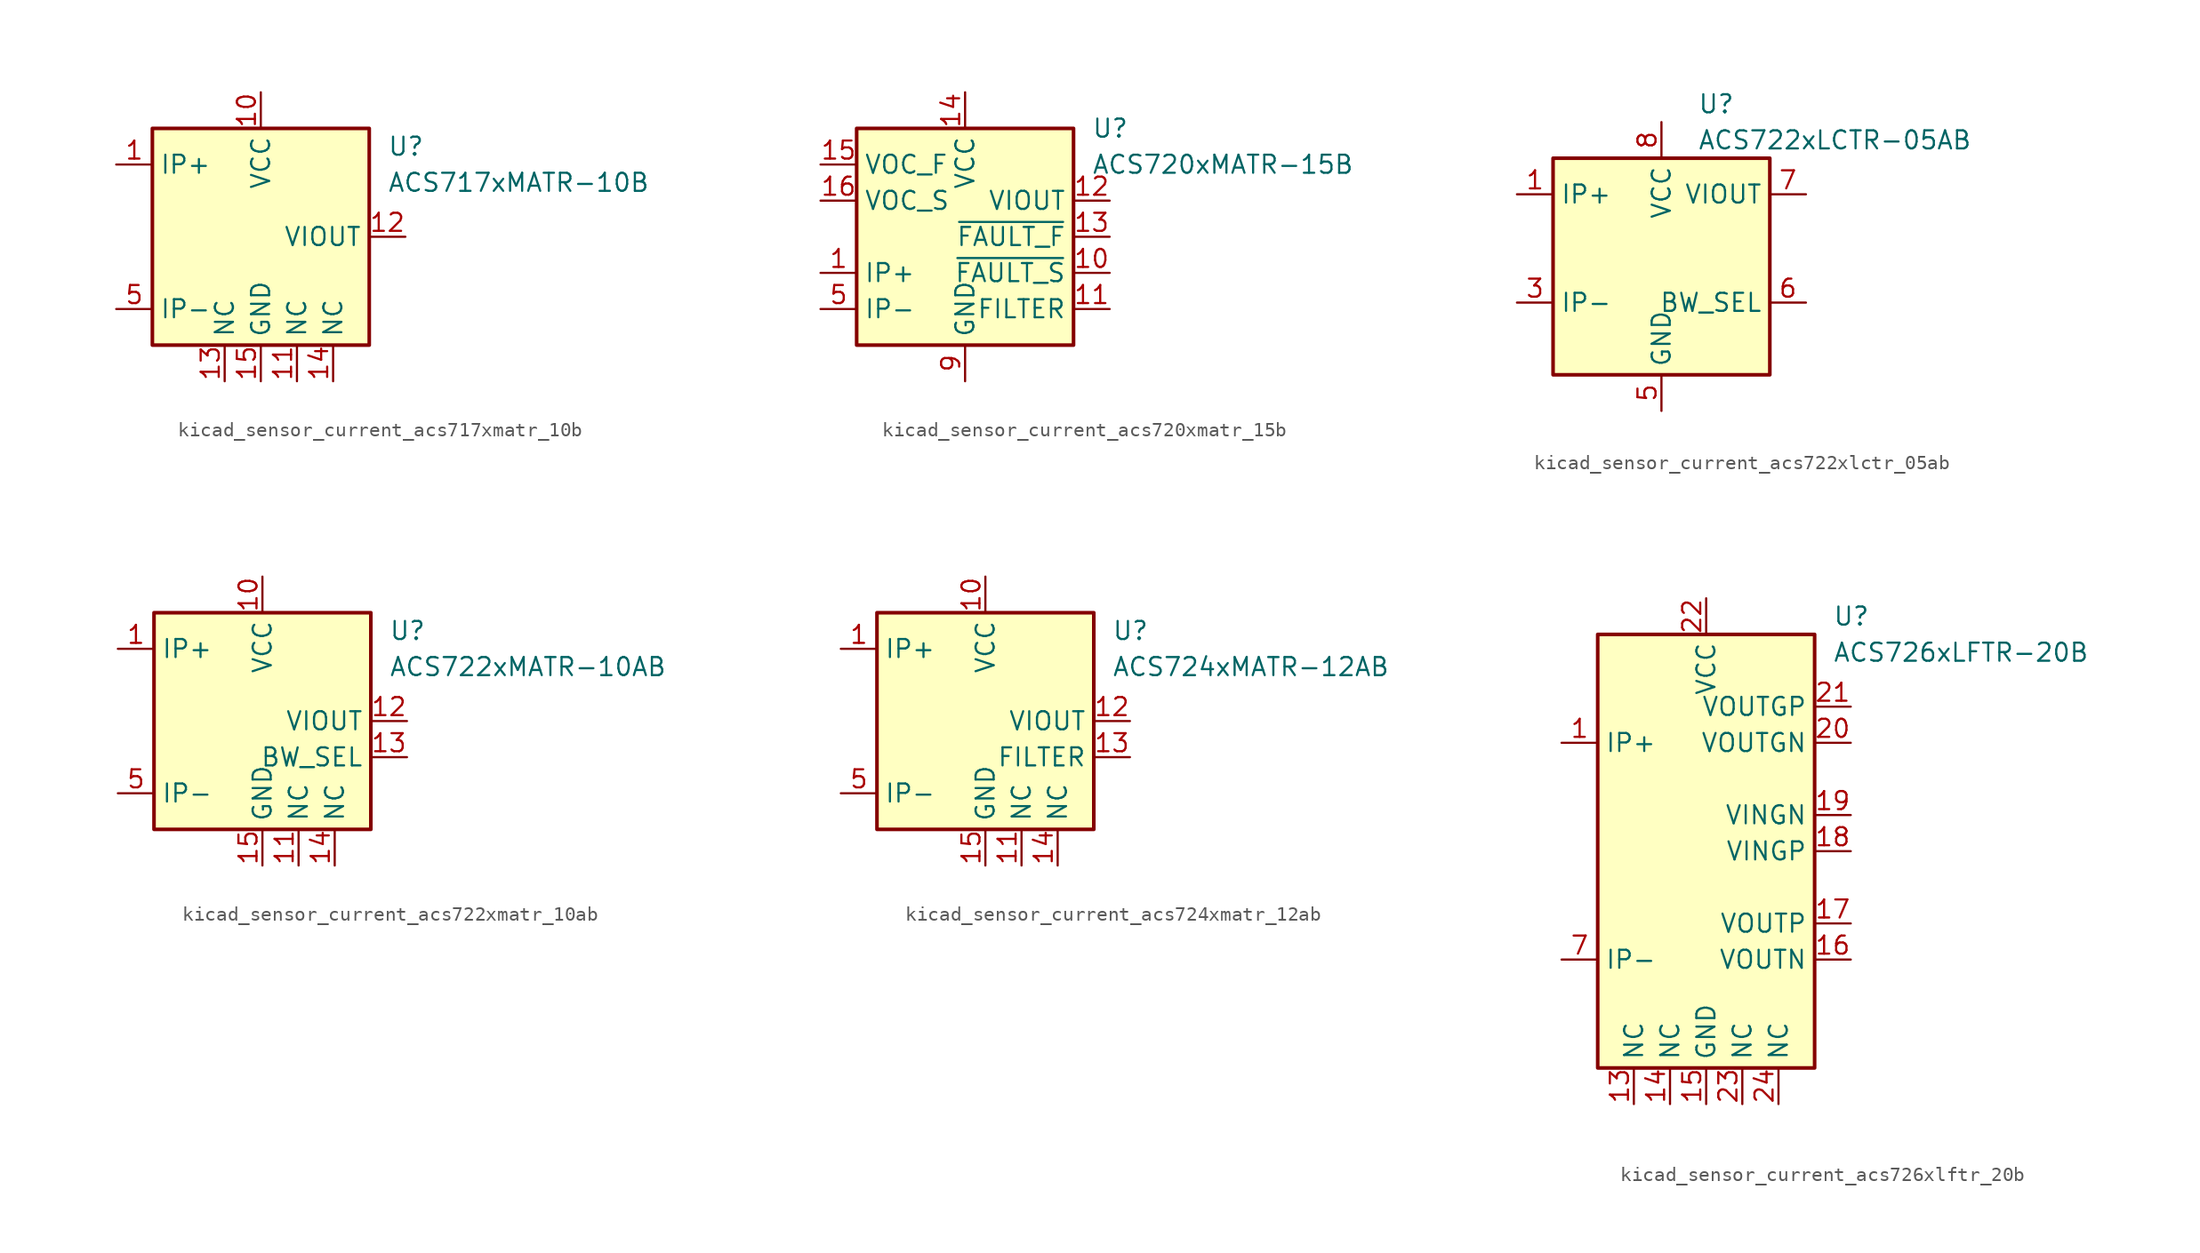
<source format=kicad_sym>
(kicad_symbol_lib
  (version 20220914)
  (generator kicad_symbol_editor)
  (symbol "kicad_sensor_current_acs717xmatr_10b"
    (property "Reference" "U"
      (at 8.89 6.35 0)
      (effects (font (size 1.27 1.27)) (justify left)))
    (property "Value" "ACS717xMATR-10B"
      (at 8.89 3.81 0)
      (effects (font (size 1.27 1.27)) (justify left)))
    (symbol "kicad_sensor_current_acs717xmatr_10b_0_1"
      (rectangle (start -7.62 7.62) (end 7.62 -7.62) (stroke (width 0.254) (type default)) (fill (type background))))
    (symbol "kicad_sensor_current_acs717xmatr_10b_1_1"
      (pin passive line (at -10.16 5.08 0) (length 2.54) (name "IP+" (effects (font (size 1.27 1.27)))) (number "1" (effects (font (size 1.27 1.27)))))
      (pin power_in line (at 0 10.16 270) (length 2.54) (name "VCC" (effects (font (size 1.27 1.27)))) (number "10" (effects (font (size 1.27 1.27)))))
      (pin passive line (at 2.54 -10.16 90) (length 2.54) (name "NC" (effects (font (size 1.27 1.27)))) (number "11" (effects (font (size 1.27 1.27)))))
      (pin output line (at 10.16 0 180) (length 2.54) (name "VIOUT" (effects (font (size 1.27 1.27)))) (number "12" (effects (font (size 1.27 1.27)))))
      (pin passive line (at -2.54 -10.16 90) (length 2.54) (name "NC" (effects (font (size 1.27 1.27)))) (number "13" (effects (font (size 1.27 1.27)))))
      (pin passive line (at 5.08 -10.16 90) (length 2.54) (name "NC" (effects (font (size 1.27 1.27)))) (number "14" (effects (font (size 1.27 1.27)))))
      (pin power_in line (at 0 -10.16 90) (length 2.54) (name "GND" (effects (font (size 1.27 1.27)))) (number "15" (effects (font (size 1.27 1.27)))))
      (pin no_connect line (at 7.62 2.54 180) (length 2.54) hide (name "NC" (effects (font (size 1.27 1.27)))) (number "16" (effects (font (size 1.27 1.27)))))
      (pin passive line (at -10.16 5.08 0) (length 2.54) hide (name "IP+" (effects (font (size 1.27 1.27)))) (number "2" (effects (font (size 1.27 1.27)))))
      (pin passive line (at -10.16 5.08 0) (length 2.54) hide (name "IP+" (effects (font (size 1.27 1.27)))) (number "3" (effects (font (size 1.27 1.27)))))
      (pin passive line (at -10.16 5.08 0) (length 2.54) hide (name "IP+" (effects (font (size 1.27 1.27)))) (number "4" (effects (font (size 1.27 1.27)))))
      (pin passive line (at -10.16 -5.08 0) (length 2.54) (name "IP-" (effects (font (size 1.27 1.27)))) (number "5" (effects (font (size 1.27 1.27)))))
      (pin passive line (at -10.16 -5.08 0) (length 2.54) hide (name "IP-" (effects (font (size 1.27 1.27)))) (number "6" (effects (font (size 1.27 1.27)))))
      (pin passive line (at -10.16 -5.08 0) (length 2.54) hide (name "IP-" (effects (font (size 1.27 1.27)))) (number "7" (effects (font (size 1.27 1.27)))))
      (pin passive line (at -10.16 -5.08 0) (length 2.54) hide (name "IP-" (effects (font (size 1.27 1.27)))) (number "8" (effects (font (size 1.27 1.27)))))
      (pin no_connect line (at 7.62 5.08 180) (length 2.54) hide (name "NC" (effects (font (size 1.27 1.27)))) (number "9" (effects (font (size 1.27 1.27)))))))
  (symbol "kicad_sensor_current_acs720xmatr_15b"
    (property "Reference" "U"
      (at 8.89 7.62 0)
      (effects (font (size 1.27 1.27)) (justify left)))
    (property "Value" "ACS720xMATR-15B"
      (at 8.89 5.08 0)
      (effects (font (size 1.27 1.27)) (justify left)))
    (symbol "kicad_sensor_current_acs720xmatr_15b_0_1"
      (rectangle (start -7.62 7.62) (end 7.62 -7.62) (stroke (width 0.254) (type default)) (fill (type background))))
    (symbol "kicad_sensor_current_acs720xmatr_15b_1_1"
      (pin passive line (at -10.16 -2.54 0) (length 2.54) (name "IP+" (effects (font (size 1.27 1.27)))) (number "1" (effects (font (size 1.27 1.27)))))
      (pin open_collector line (at 10.16 -2.54 180) (length 2.54) (name "~{FAULT_S}" (effects (font (size 1.27 1.27)))) (number "10" (effects (font (size 1.27 1.27)))))
      (pin passive line (at 10.16 -5.08 180) (length 2.54) (name "FILTER" (effects (font (size 1.27 1.27)))) (number "11" (effects (font (size 1.27 1.27)))))
      (pin output line (at 10.16 2.54 180) (length 2.54) (name "VIOUT" (effects (font (size 1.27 1.27)))) (number "12" (effects (font (size 1.27 1.27)))))
      (pin open_collector line (at 10.16 0 180) (length 2.54) (name "~{FAULT_F}" (effects (font (size 1.27 1.27)))) (number "13" (effects (font (size 1.27 1.27)))))
      (pin power_in line (at 0 10.16 270) (length 2.54) (name "VCC" (effects (font (size 1.27 1.27)))) (number "14" (effects (font (size 1.27 1.27)))))
      (pin input line (at -10.16 5.08 0) (length 2.54) (name "VOC_F" (effects (font (size 1.27 1.27)))) (number "15" (effects (font (size 1.27 1.27)))))
      (pin input line (at -10.16 2.54 0) (length 2.54) (name "VOC_S" (effects (font (size 1.27 1.27)))) (number "16" (effects (font (size 1.27 1.27)))))
      (pin passive line (at -10.16 -2.54 0) (length 2.54) hide (name "IP+" (effects (font (size 1.27 1.27)))) (number "2" (effects (font (size 1.27 1.27)))))
      (pin passive line (at -10.16 -2.54 0) (length 2.54) hide (name "IP+" (effects (font (size 1.27 1.27)))) (number "3" (effects (font (size 1.27 1.27)))))
      (pin passive line (at -10.16 -2.54 0) (length 2.54) hide (name "IP+" (effects (font (size 1.27 1.27)))) (number "4" (effects (font (size 1.27 1.27)))))
      (pin passive line (at -10.16 -5.08 0) (length 2.54) (name "IP-" (effects (font (size 1.27 1.27)))) (number "5" (effects (font (size 1.27 1.27)))))
      (pin passive line (at -10.16 -5.08 0) (length 2.54) hide (name "IP-" (effects (font (size 1.27 1.27)))) (number "6" (effects (font (size 1.27 1.27)))))
      (pin passive line (at -10.16 -5.08 0) (length 2.54) hide (name "IP-" (effects (font (size 1.27 1.27)))) (number "7" (effects (font (size 1.27 1.27)))))
      (pin passive line (at -10.16 -5.08 0) (length 2.54) hide (name "IP-" (effects (font (size 1.27 1.27)))) (number "8" (effects (font (size 1.27 1.27)))))
      (pin power_in line (at 0 -10.16 90) (length 2.54) (name "GND" (effects (font (size 1.27 1.27)))) (number "9" (effects (font (size 1.27 1.27)))))))
  (symbol "kicad_sensor_current_acs722xlctr_05ab"
    (property "Reference" "U"
      (at 2.54 11.43 0)
      (effects (font (size 1.27 1.27)) (justify left)))
    (property "Value" "ACS722xLCTR-05AB"
      (at 2.54 8.89 0)
      (effects (font (size 1.27 1.27)) (justify left)))
    (symbol "kicad_sensor_current_acs722xlctr_05ab_0_1"
      (rectangle (start -7.62 7.62) (end 7.62 -7.62) (stroke (width 0.254) (type default)) (fill (type background))))
    (symbol "kicad_sensor_current_acs722xlctr_05ab_1_1"
      (pin passive line (at -10.16 5.08 0) (length 2.54) (name "IP+" (effects (font (size 1.27 1.27)))) (number "1" (effects (font (size 1.27 1.27)))))
      (pin passive line (at -10.16 5.08 0) (length 2.54) hide (name "IP+" (effects (font (size 1.27 1.27)))) (number "2" (effects (font (size 1.27 1.27)))))
      (pin passive line (at -10.16 -2.54 0) (length 2.54) (name "IP-" (effects (font (size 1.27 1.27)))) (number "3" (effects (font (size 1.27 1.27)))))
      (pin passive line (at -10.16 -2.54 0) (length 2.54) hide (name "IP-" (effects (font (size 1.27 1.27)))) (number "4" (effects (font (size 1.27 1.27)))))
      (pin power_in line (at 0 -10.16 90) (length 2.54) (name "GND" (effects (font (size 1.27 1.27)))) (number "5" (effects (font (size 1.27 1.27)))))
      (pin input line (at 10.16 -2.54 180) (length 2.54) (name "BW_SEL" (effects (font (size 1.27 1.27)))) (number "6" (effects (font (size 1.27 1.27)))))
      (pin output line (at 10.16 5.08 180) (length 2.54) (name "VIOUT" (effects (font (size 1.27 1.27)))) (number "7" (effects (font (size 1.27 1.27)))))
      (pin power_in line (at 0 10.16 270) (length 2.54) (name "VCC" (effects (font (size 1.27 1.27)))) (number "8" (effects (font (size 1.27 1.27)))))))
  (symbol "kicad_sensor_current_acs722xmatr_10ab"
    (property "Reference" "U"
      (at 8.89 6.35 0)
      (effects (font (size 1.27 1.27)) (justify left)))
    (property "Value" "ACS722xMATR-10AB"
      (at 8.89 3.81 0)
      (effects (font (size 1.27 1.27)) (justify left)))
    (symbol "kicad_sensor_current_acs722xmatr_10ab_0_1"
      (rectangle (start -7.62 7.62) (end 7.62 -7.62) (stroke (width 0.254) (type default)) (fill (type background))))
    (symbol "kicad_sensor_current_acs722xmatr_10ab_1_1"
      (pin passive line (at -10.16 5.08 0) (length 2.54) (name "IP+" (effects (font (size 1.27 1.27)))) (number "1" (effects (font (size 1.27 1.27)))))
      (pin power_in line (at 0 10.16 270) (length 2.54) (name "VCC" (effects (font (size 1.27 1.27)))) (number "10" (effects (font (size 1.27 1.27)))))
      (pin passive line (at 2.54 -10.16 90) (length 2.54) (name "NC" (effects (font (size 1.27 1.27)))) (number "11" (effects (font (size 1.27 1.27)))))
      (pin output line (at 10.16 0 180) (length 2.54) (name "VIOUT" (effects (font (size 1.27 1.27)))) (number "12" (effects (font (size 1.27 1.27)))))
      (pin input line (at 10.16 -2.54 180) (length 2.54) (name "BW_SEL" (effects (font (size 1.27 1.27)))) (number "13" (effects (font (size 1.27 1.27)))))
      (pin passive line (at 5.08 -10.16 90) (length 2.54) (name "NC" (effects (font (size 1.27 1.27)))) (number "14" (effects (font (size 1.27 1.27)))))
      (pin power_in line (at 0 -10.16 90) (length 2.54) (name "GND" (effects (font (size 1.27 1.27)))) (number "15" (effects (font (size 1.27 1.27)))))
      (pin no_connect line (at 7.62 2.54 180) (length 2.54) hide (name "NC" (effects (font (size 1.27 1.27)))) (number "16" (effects (font (size 1.27 1.27)))))
      (pin passive line (at -10.16 5.08 0) (length 2.54) hide (name "IP+" (effects (font (size 1.27 1.27)))) (number "2" (effects (font (size 1.27 1.27)))))
      (pin passive line (at -10.16 5.08 0) (length 2.54) hide (name "IP+" (effects (font (size 1.27 1.27)))) (number "3" (effects (font (size 1.27 1.27)))))
      (pin passive line (at -10.16 5.08 0) (length 2.54) hide (name "IP+" (effects (font (size 1.27 1.27)))) (number "4" (effects (font (size 1.27 1.27)))))
      (pin passive line (at -10.16 -5.08 0) (length 2.54) (name "IP-" (effects (font (size 1.27 1.27)))) (number "5" (effects (font (size 1.27 1.27)))))
      (pin passive line (at -10.16 -5.08 0) (length 2.54) hide (name "IP-" (effects (font (size 1.27 1.27)))) (number "6" (effects (font (size 1.27 1.27)))))
      (pin passive line (at -10.16 -5.08 0) (length 2.54) hide (name "IP-" (effects (font (size 1.27 1.27)))) (number "7" (effects (font (size 1.27 1.27)))))
      (pin passive line (at -10.16 -5.08 0) (length 2.54) hide (name "IP-" (effects (font (size 1.27 1.27)))) (number "8" (effects (font (size 1.27 1.27)))))
      (pin no_connect line (at 7.62 5.08 180) (length 2.54) hide (name "NC" (effects (font (size 1.27 1.27)))) (number "9" (effects (font (size 1.27 1.27)))))))
  (symbol "kicad_sensor_current_acs724xmatr_12ab"
    (property "Reference" "U"
      (at 8.89 6.35 0)
      (effects (font (size 1.27 1.27)) (justify left)))
    (property "Value" "ACS724xMATR-12AB"
      (at 8.89 3.81 0)
      (effects (font (size 1.27 1.27)) (justify left)))
    (symbol "kicad_sensor_current_acs724xmatr_12ab_0_1"
      (rectangle (start -7.62 7.62) (end 7.62 -7.62) (stroke (width 0.254) (type default)) (fill (type background))))
    (symbol "kicad_sensor_current_acs724xmatr_12ab_1_1"
      (pin passive line (at -10.16 5.08 0) (length 2.54) (name "IP+" (effects (font (size 1.27 1.27)))) (number "1" (effects (font (size 1.27 1.27)))))
      (pin power_in line (at 0 10.16 270) (length 2.54) (name "VCC" (effects (font (size 1.27 1.27)))) (number "10" (effects (font (size 1.27 1.27)))))
      (pin passive line (at 2.54 -10.16 90) (length 2.54) (name "NC" (effects (font (size 1.27 1.27)))) (number "11" (effects (font (size 1.27 1.27)))))
      (pin output line (at 10.16 0 180) (length 2.54) (name "VIOUT" (effects (font (size 1.27 1.27)))) (number "12" (effects (font (size 1.27 1.27)))))
      (pin passive line (at 10.16 -2.54 180) (length 2.54) (name "FILTER" (effects (font (size 1.27 1.27)))) (number "13" (effects (font (size 1.27 1.27)))))
      (pin passive line (at 5.08 -10.16 90) (length 2.54) (name "NC" (effects (font (size 1.27 1.27)))) (number "14" (effects (font (size 1.27 1.27)))))
      (pin power_in line (at 0 -10.16 90) (length 2.54) (name "GND" (effects (font (size 1.27 1.27)))) (number "15" (effects (font (size 1.27 1.27)))))
      (pin no_connect line (at 7.62 2.54 180) (length 2.54) hide (name "NC" (effects (font (size 1.27 1.27)))) (number "16" (effects (font (size 1.27 1.27)))))
      (pin passive line (at -10.16 5.08 0) (length 2.54) hide (name "IP+" (effects (font (size 1.27 1.27)))) (number "2" (effects (font (size 1.27 1.27)))))
      (pin passive line (at -10.16 5.08 0) (length 2.54) hide (name "IP+" (effects (font (size 1.27 1.27)))) (number "3" (effects (font (size 1.27 1.27)))))
      (pin passive line (at -10.16 5.08 0) (length 2.54) hide (name "IP+" (effects (font (size 1.27 1.27)))) (number "4" (effects (font (size 1.27 1.27)))))
      (pin passive line (at -10.16 -5.08 0) (length 2.54) (name "IP-" (effects (font (size 1.27 1.27)))) (number "5" (effects (font (size 1.27 1.27)))))
      (pin passive line (at -10.16 -5.08 0) (length 2.54) hide (name "IP-" (effects (font (size 1.27 1.27)))) (number "6" (effects (font (size 1.27 1.27)))))
      (pin passive line (at -10.16 -5.08 0) (length 2.54) hide (name "IP-" (effects (font (size 1.27 1.27)))) (number "7" (effects (font (size 1.27 1.27)))))
      (pin passive line (at -10.16 -5.08 0) (length 2.54) hide (name "IP-" (effects (font (size 1.27 1.27)))) (number "8" (effects (font (size 1.27 1.27)))))
      (pin no_connect line (at 7.62 5.08 180) (length 2.54) hide (name "NC" (effects (font (size 1.27 1.27)))) (number "9" (effects (font (size 1.27 1.27)))))))
  (symbol "kicad_sensor_current_acs726xlftr_20b"
    (property "Reference" "U"
      (at 8.89 16.51 0)
      (effects (font (size 1.27 1.27)) (justify left)))
    (property "Value" "ACS726xLFTR-20B"
      (at 8.89 13.97 0)
      (effects (font (size 1.27 1.27)) (justify left)))
    (symbol "kicad_sensor_current_acs726xlftr_20b_0_1"
      (rectangle (start -7.62 15.24) (end 7.62 -15.24) (stroke (width 0.254) (type default)) (fill (type background))))
    (symbol "kicad_sensor_current_acs726xlftr_20b_1_1"
      (pin passive line (at -10.16 7.62 0) (length 2.54) (name "IP+" (effects (font (size 1.27 1.27)))) (number "1" (effects (font (size 1.27 1.27)))))
      (pin passive line (at -10.16 -7.62 0) (length 2.54) hide (name "IP-" (effects (font (size 1.27 1.27)))) (number "10" (effects (font (size 1.27 1.27)))))
      (pin passive line (at -10.16 -7.62 0) (length 2.54) hide (name "IP-" (effects (font (size 1.27 1.27)))) (number "11" (effects (font (size 1.27 1.27)))))
      (pin passive line (at -10.16 -7.62 0) (length 2.54) hide (name "IP-" (effects (font (size 1.27 1.27)))) (number "12" (effects (font (size 1.27 1.27)))))
      (pin passive line (at -5.08 -17.78 90) (length 2.54) (name "NC" (effects (font (size 1.27 1.27)))) (number "13" (effects (font (size 1.27 1.27)))))
      (pin passive line (at -2.54 -17.78 90) (length 2.54) (name "NC" (effects (font (size 1.27 1.27)))) (number "14" (effects (font (size 1.27 1.27)))))
      (pin power_in line (at 0 -17.78 90) (length 2.54) (name "GND" (effects (font (size 1.27 1.27)))) (number "15" (effects (font (size 1.27 1.27)))))
      (pin output line (at 10.16 -7.62 180) (length 2.54) (name "VOUTN" (effects (font (size 1.27 1.27)))) (number "16" (effects (font (size 1.27 1.27)))))
      (pin output line (at 10.16 -5.08 180) (length 2.54) (name "VOUTP" (effects (font (size 1.27 1.27)))) (number "17" (effects (font (size 1.27 1.27)))))
      (pin input line (at 10.16 0 180) (length 2.54) (name "VINGP" (effects (font (size 1.27 1.27)))) (number "18" (effects (font (size 1.27 1.27)))))
      (pin input line (at 10.16 2.54 180) (length 2.54) (name "VINGN" (effects (font (size 1.27 1.27)))) (number "19" (effects (font (size 1.27 1.27)))))
      (pin passive line (at -10.16 7.62 0) (length 2.54) hide (name "IP+" (effects (font (size 1.27 1.27)))) (number "2" (effects (font (size 1.27 1.27)))))
      (pin output line (at 10.16 7.62 180) (length 2.54) (name "VOUTGN" (effects (font (size 1.27 1.27)))) (number "20" (effects (font (size 1.27 1.27)))))
      (pin output line (at 10.16 10.16 180) (length 2.54) (name "VOUTGP" (effects (font (size 1.27 1.27)))) (number "21" (effects (font (size 1.27 1.27)))))
      (pin power_in line (at 0 17.78 270) (length 2.54) (name "VCC" (effects (font (size 1.27 1.27)))) (number "22" (effects (font (size 1.27 1.27)))))
      (pin passive line (at 2.54 -17.78 90) (length 2.54) (name "NC" (effects (font (size 1.27 1.27)))) (number "23" (effects (font (size 1.27 1.27)))))
      (pin passive line (at 5.08 -17.78 90) (length 2.54) (name "NC" (effects (font (size 1.27 1.27)))) (number "24" (effects (font (size 1.27 1.27)))))
      (pin passive line (at -10.16 7.62 0) (length 2.54) hide (name "IP+" (effects (font (size 1.27 1.27)))) (number "3" (effects (font (size 1.27 1.27)))))
      (pin passive line (at -10.16 7.62 0) (length 2.54) hide (name "IP+" (effects (font (size 1.27 1.27)))) (number "4" (effects (font (size 1.27 1.27)))))
      (pin passive line (at -10.16 7.62 0) (length 2.54) hide (name "IP+" (effects (font (size 1.27 1.27)))) (number "5" (effects (font (size 1.27 1.27)))))
      (pin passive line (at -10.16 7.62 0) (length 2.54) hide (name "IP+" (effects (font (size 1.27 1.27)))) (number "6" (effects (font (size 1.27 1.27)))))
      (pin passive line (at -10.16 -7.62 0) (length 2.54) (name "IP-" (effects (font (size 1.27 1.27)))) (number "7" (effects (font (size 1.27 1.27)))))
      (pin passive line (at -10.16 -7.62 0) (length 2.54) hide (name "IP-" (effects (font (size 1.27 1.27)))) (number "8" (effects (font (size 1.27 1.27)))))
      (pin passive line (at -10.16 -7.62 0) (length 2.54) hide (name "IP-" (effects (font (size 1.27 1.27)))) (number "9" (effects (font (size 1.27 1.27))))))))
</source>
